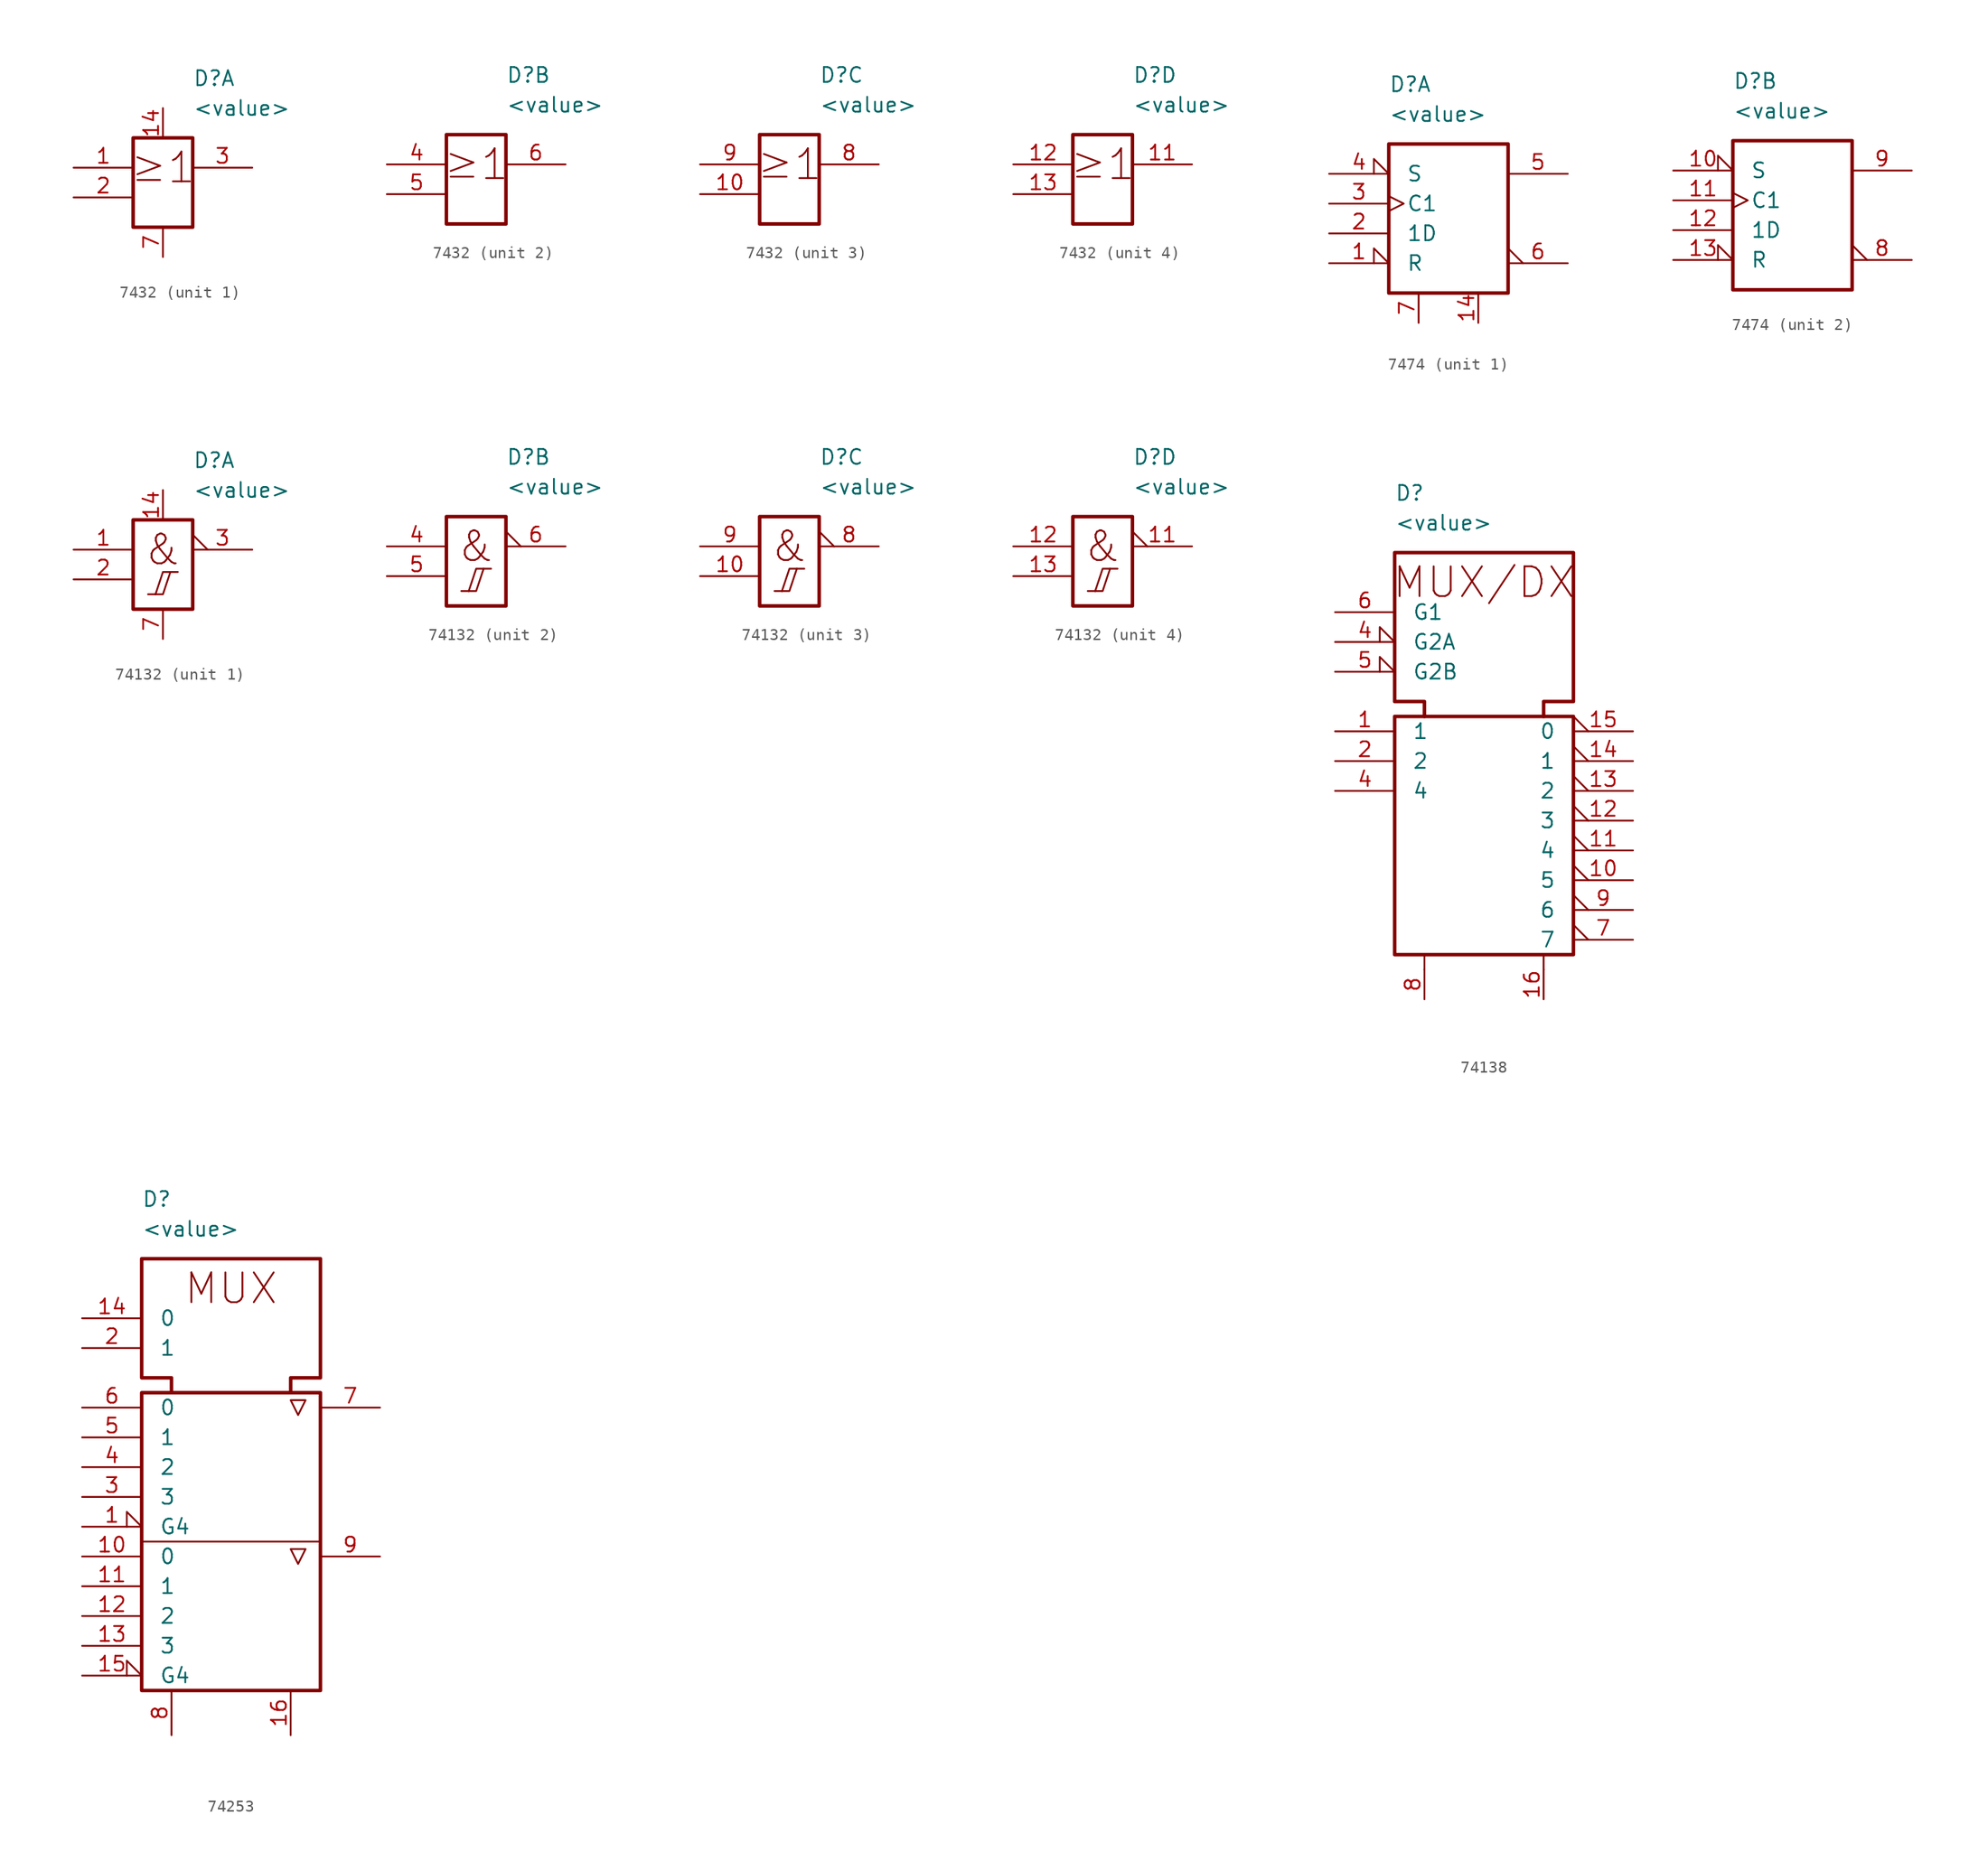
<source format=kicad_sym>
(kicad_symbol_lib
  (version 20231120)
  (generator "kicad_symbol_editor")
  (generator_version "8.0")
  (symbol "7432"
    (pin_names
      (offset 1) hide)
    (property "Reference" "D"
      (at 2.54 7.62 0)
      (effects (font (size 1.27 1.27)) (justify left)))
    (property "Value" "<value>"
      (at 2.54 5.08 0)
      (effects (font (size 1.27 1.27)) (justify left)))
    (symbol "7432_0_1"
      (rectangle (start -2.54 2.54) (end 2.54 -5.08) (stroke (width 0.3) (type default)) (fill (type none)))
      (text "≥1" (at 0 0 0) (effects (font (size 2.54 2.54)))))
    (symbol "7432_1_1"
      (pin input line (at -7.62 0 0) (length 5.08) (name "" (effects (font (size 1.27 1.27)))) (number "1" (effects (font (size 1.27 1.27)))))
      (pin power_in line (at 0 5.08 270) (length 2.54) (name "" (effects (font (size 1.27 1.27)))) (number "14" (effects (font (size 1.27 1.27)))))
      (pin input line (at -7.62 -2.54 0) (length 5.08) (name "" (effects (font (size 1.27 1.27)))) (number "2" (effects (font (size 1.27 1.27)))))
      (pin output line (at 7.62 0 180) (length 5.08) (name "" (effects (font (size 1.27 1.27)))) (number "3" (effects (font (size 1.27 1.27)))))
      (pin power_in line (at 0 -7.62 90) (length 2.54) (name "" (effects (font (size 1.27 1.27)))) (number "7" (effects (font (size 1.27 1.27))))))
    (symbol "7432_2_1"
      (pin input line (at -7.62 0 0) (length 5.08) (name "" (effects (font (size 1.27 1.27)))) (number "4" (effects (font (size 1.27 1.27)))))
      (pin input line (at -7.62 -2.54 0) (length 5.08) (name "" (effects (font (size 1.27 1.27)))) (number "5" (effects (font (size 1.27 1.27)))))
      (pin output line (at 7.62 0 180) (length 5.08) (name "" (effects (font (size 1.27 1.27)))) (number "6" (effects (font (size 1.27 1.27))))))
    (symbol "7432_3_1"
      (pin input line (at -7.62 -2.54 0) (length 5.08) (name "" (effects (font (size 1.27 1.27)))) (number "10" (effects (font (size 1.27 1.27)))))
      (pin output line (at 7.62 0 180) (length 5.08) (name "" (effects (font (size 1.27 1.27)))) (number "8" (effects (font (size 1.27 1.27)))))
      (pin input line (at -7.62 0 0) (length 5.08) (name "" (effects (font (size 1.27 1.27)))) (number "9" (effects (font (size 1.27 1.27))))))
    (symbol "7432_4_1"
      (pin output line (at 7.62 0 180) (length 5.08) (name "" (effects (font (size 1.27 1.27)))) (number "11" (effects (font (size 1.27 1.27)))))
      (pin input line (at -7.62 0 0) (length 5.08) (name "" (effects (font (size 1.27 1.27)))) (number "12" (effects (font (size 1.27 1.27)))))
      (pin input line (at -7.62 -2.54 0) (length 5.08) (name "" (effects (font (size 1.27 1.27)))) (number "13" (effects (font (size 1.27 1.27)))))))
  (symbol "7474"
    (pin_names
      (offset 1.5))
    (property "Reference" "D"
      (at -5.08 10.16 0)
      (effects (font (size 1.27 1.27)) (justify left)))
    (property "Value" "<value>"
      (at -5.08 7.62 0)
      (effects (font (size 1.27 1.27)) (justify left)))
    (symbol "7474_0_1"
      (rectangle (start -5.08 5.08) (end 5.08 -7.62) (stroke (width 0.3) (type default)) (fill (type none))))
    (symbol "7474_1_1"
      (pin input input_low (at -10.16 -5.08 0) (length 5.08) (name "R" (effects (font (size 1.27 1.27)))) (number "1" (effects (font (size 1.27 1.27)))))
      (pin power_in line (at 2.54 -10.16 90) (length 2.54) (name "" (effects (font (size 1.27 1.27)))) (number "14" (effects (font (size 1.27 1.27)))))
      (pin input line (at -10.16 -2.54 0) (length 5.08) (name "1D" (effects (font (size 1.27 1.27)))) (number "2" (effects (font (size 1.27 1.27)))))
      (pin input clock (at -10.16 0 0) (length 5.08) (name "C1" (effects (font (size 1.27 1.27)))) (number "3" (effects (font (size 1.27 1.27)))))
      (pin input input_low (at -10.16 2.54 0) (length 5.08) (name "S" (effects (font (size 1.27 1.27)))) (number "4" (effects (font (size 1.27 1.27)))))
      (pin output line (at 10.16 2.54 180) (length 5.08) (name "" (effects (font (size 1.27 1.27)))) (number "5" (effects (font (size 1.27 1.27)))))
      (pin output output_low (at 10.16 -5.08 180) (length 5.08) (name "" (effects (font (size 1.27 1.27)))) (number "6" (effects (font (size 1.27 1.27)))))
      (pin power_in line (at -2.54 -10.16 90) (length 2.54) (name "" (effects (font (size 1.27 1.27)))) (number "7" (effects (font (size 1.27 1.27))))))
    (symbol "7474_2_1"
      (pin input input_low (at -10.16 2.54 0) (length 5.08) (name "S" (effects (font (size 1.27 1.27)))) (number "10" (effects (font (size 1.27 1.27)))))
      (pin input clock (at -10.16 0 0) (length 5.08) (name "C1" (effects (font (size 1.27 1.27)))) (number "11" (effects (font (size 1.27 1.27)))))
      (pin input line (at -10.16 -2.54 0) (length 5.08) (name "1D" (effects (font (size 1.27 1.27)))) (number "12" (effects (font (size 1.27 1.27)))))
      (pin input input_low (at -10.16 -5.08 0) (length 5.08) (name "R" (effects (font (size 1.27 1.27)))) (number "13" (effects (font (size 1.27 1.27)))))
      (pin output output_low (at 10.16 -5.08 180) (length 5.08) (name "" (effects (font (size 1.27 1.27)))) (number "8" (effects (font (size 1.27 1.27)))))
      (pin output line (at 10.16 2.54 180) (length 5.08) (name "" (effects (font (size 1.27 1.27)))) (number "9" (effects (font (size 1.27 1.27)))))))
  (symbol "74132"
    (pin_names
      (offset 1) hide)
    (property "Reference" "D"
      (at 2.54 7.62 0)
      (effects (font (size 1.27 1.27)) (justify left)))
    (property "Value" "<value>"
      (at 2.54 5.08 0)
      (effects (font (size 1.27 1.27)) (justify left)))
    (symbol "74132_0_1"
      (rectangle (start -2.54 2.54) (end 2.54 -5.08) (stroke (width 0.3) (type default)) (fill (type none)))
      (polyline (pts (xy -0.635 -3.81) (xy -1.27 -3.81)) (stroke (width 0) (type default)) (fill (type none)))
      (polyline (pts (xy 0.635 -1.905) (xy 0 -1.905) (xy -0.635 -3.81)) (stroke (width 0) (type default)) (fill (type none)))
      (polyline (pts (xy -0.635 -3.81) (xy 0 -3.81) (xy 0.635 -1.905) (xy 1.27 -1.905)) (stroke (width 0) (type default)) (fill (type none)))
      (text "&" (at 0 0 0) (effects (font (size 2.54 2.54)))))
    (symbol "74132_1_1"
      (pin input line (at -7.62 0 0) (length 5.08) (name "" (effects (font (size 1.27 1.27)))) (number "1" (effects (font (size 1.27 1.27)))))
      (pin power_in line (at 0 5.08 270) (length 2.54) (name "" (effects (font (size 1.27 1.27)))) (number "14" (effects (font (size 1.27 1.27)))))
      (pin input line (at -7.62 -2.54 0) (length 5.08) (name "" (effects (font (size 1.27 1.27)))) (number "2" (effects (font (size 1.27 1.27)))))
      (pin output output_low (at 7.62 0 180) (length 5.08) (name "" (effects (font (size 1.27 1.27)))) (number "3" (effects (font (size 1.27 1.27)))))
      (pin power_in line (at 0 -7.62 90) (length 2.54) (name "" (effects (font (size 1.27 1.27)))) (number "7" (effects (font (size 1.27 1.27))))))
    (symbol "74132_2_1"
      (pin input line (at -7.62 0 0) (length 5.08) (name "" (effects (font (size 1.27 1.27)))) (number "4" (effects (font (size 1.27 1.27)))))
      (pin input line (at -7.62 -2.54 0) (length 5.08) (name "" (effects (font (size 1.27 1.27)))) (number "5" (effects (font (size 1.27 1.27)))))
      (pin output output_low (at 7.62 0 180) (length 5.08) (name "" (effects (font (size 1.27 1.27)))) (number "6" (effects (font (size 1.27 1.27))))))
    (symbol "74132_3_1"
      (pin input line (at -7.62 -2.54 0) (length 5.08) (name "" (effects (font (size 1.27 1.27)))) (number "10" (effects (font (size 1.27 1.27)))))
      (pin output output_low (at 7.62 0 180) (length 5.08) (name "" (effects (font (size 1.27 1.27)))) (number "8" (effects (font (size 1.27 1.27)))))
      (pin input line (at -7.62 0 0) (length 5.08) (name "" (effects (font (size 1.27 1.27)))) (number "9" (effects (font (size 1.27 1.27))))))
    (symbol "74132_4_1"
      (pin output output_low (at 7.62 0 180) (length 5.08) (name "" (effects (font (size 1.27 1.27)))) (number "11" (effects (font (size 1.27 1.27)))))
      (pin input line (at -7.62 0 0) (length 5.08) (name "" (effects (font (size 1.27 1.27)))) (number "12" (effects (font (size 1.27 1.27)))))
      (pin input line (at -7.62 -2.54 0) (length 5.08) (name "" (effects (font (size 1.27 1.27)))) (number "13" (effects (font (size 1.27 1.27)))))))
  (symbol "74138"
    (pin_names
      (offset 1.5))
    (property "Reference" "D"
      (at -2.54 33.02 0)
      (effects (font (size 1.27 1.27)) (justify left)))
    (property "Value" "<value>"
      (at -2.54 30.48 0)
      (effects (font (size 1.27 1.27)) (justify left)))
    (symbol "74138_0_1"
      (rectangle (start -2.54 13.97) (end 12.7 -6.35) (stroke (width 0.3) (type default)) (fill (type none)))
      (polyline (pts (xy 0 -7.62) (xy 0 -6.35)) (stroke (width 0) (type default)) (fill (type none)))
      (polyline (pts (xy 10.16 -7.62) (xy 10.16 -6.35)) (stroke (width 0) (type default)) (fill (type none)))
      (polyline (pts (xy 0 13.97) (xy 0 15.24) (xy -2.54 15.24) (xy -2.54 27.94) (xy 12.7 27.94) (xy 12.7 15.24) (xy 10.16 15.24) (xy 10.16 13.97)) (stroke (width 0.3) (type default)) (fill (type none))))
    (symbol "74138_1_1"
      (text "MUX/DX" (at 5.08 25.4 0) (effects (font (size 2.54 2.54))))
      (pin input line (at -7.62 12.7 0) (length 5.08) (name "1" (effects (font (size 1.27 1.27)))) (number "1" (effects (font (size 1.27 1.27)))))
      (pin output output_low (at 17.78 0 180) (length 5.08) (name "5" (effects (font (size 1.27 1.27)))) (number "10" (effects (font (size 1.27 1.27)))))
      (pin output output_low (at 17.78 2.54 180) (length 5.08) (name "4" (effects (font (size 1.27 1.27)))) (number "11" (effects (font (size 1.27 1.27)))))
      (pin output output_low (at 17.78 5.08 180) (length 5.08) (name "3" (effects (font (size 1.27 1.27)))) (number "12" (effects (font (size 1.27 1.27)))))
      (pin output output_low (at 17.78 7.62 180) (length 5.08) (name "2" (effects (font (size 1.27 1.27)))) (number "13" (effects (font (size 1.27 1.27)))))
      (pin output output_low (at 17.78 10.16 180) (length 5.08) (name "1" (effects (font (size 1.27 1.27)))) (number "14" (effects (font (size 1.27 1.27)))))
      (pin output output_low (at 17.78 12.7 180) (length 5.08) (name "0" (effects (font (size 1.27 1.27)))) (number "15" (effects (font (size 1.27 1.27)))))
      (pin power_in line (at 10.16 -10.16 90) (length 2.54) (name "" (effects (font (size 1.27 1.27)))) (number "16" (effects (font (size 1.27 1.27)))))
      (pin input line (at -7.62 10.16 0) (length 5.08) (name "2" (effects (font (size 1.27 1.27)))) (number "2" (effects (font (size 1.27 1.27)))))
      (pin input line (at -7.62 7.62 0) (length 5.08) (name "4" (effects (font (size 1.27 1.27)))) (number "4" (effects (font (size 1.27 1.27)))))
      (pin input input_low (at -7.62 20.32 0) (length 5.08) (name "G2A" (effects (font (size 1.27 1.27)))) (number "4" (effects (font (size 1.27 1.27)))))
      (pin input input_low (at -7.62 17.78 0) (length 5.08) (name "G2B" (effects (font (size 1.27 1.27)))) (number "5" (effects (font (size 1.27 1.27)))))
      (pin input line (at -7.62 22.86 0) (length 5.08) (name "G1" (effects (font (size 1.27 1.27)))) (number "6" (effects (font (size 1.27 1.27)))))
      (pin output output_low (at 17.78 -5.08 180) (length 5.08) (name "7" (effects (font (size 1.27 1.27)))) (number "7" (effects (font (size 1.27 1.27)))))
      (pin power_in line (at 0 -10.16 90) (length 2.54) (name "" (effects (font (size 1.27 1.27)))) (number "8" (effects (font (size 1.27 1.27)))))
      (pin output output_low (at 17.78 -2.54 180) (length 5.08) (name "6" (effects (font (size 1.27 1.27)))) (number "9" (effects (font (size 1.27 1.27)))))))
  (symbol "74253"
    (pin_names
      (offset 1.5))
    (property "Reference" "D"
      (at -7.62 25.4 0)
      (effects (font (size 1.27 1.27)) (justify left)))
    (property "Value" "<value>"
      (at -7.62 22.86 0)
      (effects (font (size 1.27 1.27)) (justify left)))
    (symbol "74253_0_1"
      (rectangle (start -7.62 8.89) (end 7.62 -16.51) (stroke (width 0.3) (type default)) (fill (type none)))
      (polyline (pts (xy 7.62 -3.81) (xy -7.62 -3.81)) (stroke (width 0) (type default)) (fill (type none)))
      (polyline (pts (xy 5.08 -4.445) (xy 6.35 -4.445) (xy 5.715 -5.715) (xy 5.08 -4.445)) (stroke (width 0) (type default)) (fill (type none)))
      (polyline (pts (xy 5.08 8.255) (xy 6.35 8.255) (xy 5.715 6.985) (xy 5.08 8.255)) (stroke (width 0) (type default)) (fill (type none)))
      (polyline (pts (xy -5.08 8.89) (xy -5.08 10.16) (xy -7.62 10.16) (xy -7.62 20.32) (xy 7.62 20.32) (xy 7.62 10.16) (xy 5.08 10.16) (xy 5.08 8.89)) (stroke (width 0.3) (type default)) (fill (type none))))
    (symbol "74253_1_1"
      (text "MUX" (at 0 17.78 0) (effects (font (size 2.54 2.54))))
      (pin input input_low (at -12.7 -2.54 0) (length 5.08) (name "G4" (effects (font (size 1.27 1.27)))) (number "1" (effects (font (size 1.27 1.27)))))
      (pin input line (at -12.7 -5.08 0) (length 5.08) (name "0" (effects (font (size 1.27 1.27)))) (number "10" (effects (font (size 1.27 1.27)))))
      (pin input line (at -12.7 -7.62 0) (length 5.08) (name "1" (effects (font (size 1.27 1.27)))) (number "11" (effects (font (size 1.27 1.27)))))
      (pin input line (at -12.7 -10.16 0) (length 5.08) (name "2" (effects (font (size 1.27 1.27)))) (number "12" (effects (font (size 1.27 1.27)))))
      (pin input line (at -12.7 -12.7 0) (length 5.08) (name "3" (effects (font (size 1.27 1.27)))) (number "13" (effects (font (size 1.27 1.27)))))
      (pin input line (at -12.7 15.24 0) (length 5.08) (name "0" (effects (font (size 1.27 1.27)))) (number "14" (effects (font (size 1.27 1.27)))))
      (pin input input_low (at -12.7 -15.24 0) (length 5.08) (name "G4" (effects (font (size 1.27 1.27)))) (number "15" (effects (font (size 1.27 1.27)))))
      (pin power_in line (at 5.08 -20.32 90) (length 3.81) (name "" (effects (font (size 1.27 1.27)))) (number "16" (effects (font (size 1.27 1.27)))))
      (pin input line (at -12.7 12.7 0) (length 5.08) (name "1" (effects (font (size 1.27 1.27)))) (number "2" (effects (font (size 1.27 1.27)))))
      (pin input line (at -12.7 0 0) (length 5.08) (name "3" (effects (font (size 1.27 1.27)))) (number "3" (effects (font (size 1.27 1.27)))))
      (pin input line (at -12.7 2.54 0) (length 5.08) (name "2" (effects (font (size 1.27 1.27)))) (number "4" (effects (font (size 1.27 1.27)))))
      (pin input line (at -12.7 5.08 0) (length 5.08) (name "1" (effects (font (size 1.27 1.27)))) (number "5" (effects (font (size 1.27 1.27)))))
      (pin input line (at -12.7 7.62 0) (length 5.08) (name "0" (effects (font (size 1.27 1.27)))) (number "6" (effects (font (size 1.27 1.27)))))
      (pin output line (at 12.7 7.62 180) (length 5.08) (name "" (effects (font (size 1.27 1.27)))) (number "7" (effects (font (size 1.27 1.27)))))
      (pin power_in line (at -5.08 -20.32 90) (length 3.81) (name "" (effects (font (size 1.27 1.27)))) (number "8" (effects (font (size 1.27 1.27)))))
      (pin output line (at 12.7 -5.08 180) (length 5.08) (name "" (effects (font (size 1.27 1.27)))) (number "9" (effects (font (size 1.27 1.27))))))))
</source>
